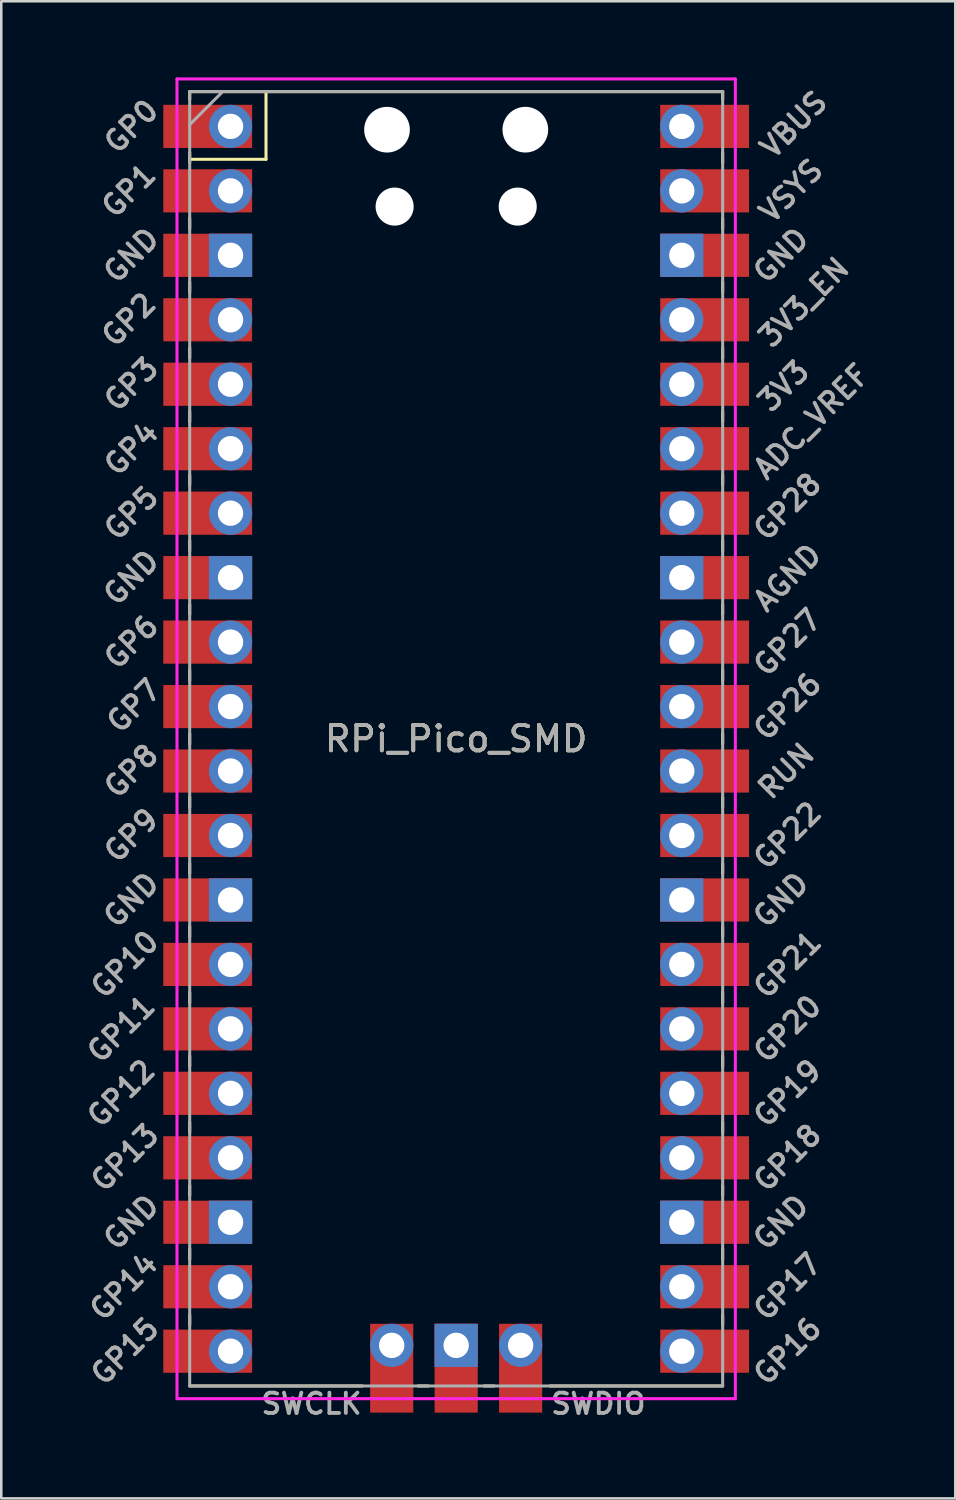
<source format=kicad_pcb>
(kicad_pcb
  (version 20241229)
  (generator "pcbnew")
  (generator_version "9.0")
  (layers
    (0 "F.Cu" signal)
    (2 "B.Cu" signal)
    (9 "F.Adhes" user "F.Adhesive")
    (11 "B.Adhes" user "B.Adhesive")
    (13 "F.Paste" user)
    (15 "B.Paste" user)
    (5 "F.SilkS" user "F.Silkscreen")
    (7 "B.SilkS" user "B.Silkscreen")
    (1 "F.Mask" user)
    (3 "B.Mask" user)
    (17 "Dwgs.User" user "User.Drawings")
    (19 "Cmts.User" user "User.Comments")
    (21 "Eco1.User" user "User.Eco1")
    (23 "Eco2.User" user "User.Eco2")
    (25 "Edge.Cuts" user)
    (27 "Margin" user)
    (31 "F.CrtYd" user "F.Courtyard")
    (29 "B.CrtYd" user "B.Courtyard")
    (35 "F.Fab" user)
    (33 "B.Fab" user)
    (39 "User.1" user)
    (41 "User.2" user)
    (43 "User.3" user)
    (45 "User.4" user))
  (footprint "RPi_Pico_SMD"
    (layer "F.Cu")
    (at 14.924 26.06)
    (property "Reference" "RPi_Pico_SMD" (at 0 0 0) (layer "F.SilkS") (effects (font (size 1 1) (thickness 0.15))))
    (attr through_hole)
    (fp_line (start -10.5 -25.5) (end -10.5 -25.2) (stroke (width 0.12) (type solid)) (layer "F.SilkS"))
    (fp_line (start -10.5 -25.5) (end 10.5 -25.5) (stroke (width 0.12) (type solid)) (layer "F.SilkS"))
    (fp_line (start -10.5 -23.1) (end -10.5 -22.7) (stroke (width 0.12) (type solid)) (layer "F.SilkS"))
    (fp_line (start -10.5 -22.833) (end -7.493 -22.833) (stroke (width 0.12) (type solid)) (layer "F.SilkS"))
    (fp_line (start -10.5 -20.5) (end -10.5 -20.1) (stroke (width 0.12) (type solid)) (layer "F.SilkS"))
    (fp_line (start -10.5 -18) (end -10.5 -17.6) (stroke (width 0.12) (type solid)) (layer "F.SilkS"))
    (fp_line (start -10.5 -15.4) (end -10.5 -15) (stroke (width 0.12) (type solid)) (layer "F.SilkS"))
    (fp_line (start -10.5 -12.9) (end -10.5 -12.5) (stroke (width 0.12) (type solid)) (layer "F.SilkS"))
    (fp_line (start -10.5 -10.4) (end -10.5 -10) (stroke (width 0.12) (type solid)) (layer "F.SilkS"))
    (fp_line (start -10.5 -7.8) (end -10.5 -7.4) (stroke (width 0.12) (type solid)) (layer "F.SilkS"))
    (fp_line (start -10.5 -5.3) (end -10.5 -4.9) (stroke (width 0.12) (type solid)) (layer "F.SilkS"))
    (fp_line (start -10.5 -2.7) (end -10.5 -2.3) (stroke (width 0.12) (type solid)) (layer "F.SilkS"))
    (fp_line (start -10.5 -0.2) (end -10.5 0.2) (stroke (width 0.12) (type solid)) (layer "F.SilkS"))
    (fp_line (start -10.5 2.3) (end -10.5 2.7) (stroke (width 0.12) (type solid)) (layer "F.SilkS"))
    (fp_line (start -10.5 4.9) (end -10.5 5.3) (stroke (width 0.12) (type solid)) (layer "F.SilkS"))
    (fp_line (start -10.5 7.4) (end -10.5 7.8) (stroke (width 0.12) (type solid)) (layer "F.SilkS"))
    (fp_line (start -10.5 10) (end -10.5 10.4) (stroke (width 0.12) (type solid)) (layer "F.SilkS"))
    (fp_line (start -10.5 12.5) (end -10.5 12.9) (stroke (width 0.12) (type solid)) (layer "F.SilkS"))
    (fp_line (start -10.5 15.1) (end -10.5 15.5) (stroke (width 0.12) (type solid)) (layer "F.SilkS"))
    (fp_line (start -10.5 17.6) (end -10.5 18) (stroke (width 0.12) (type solid)) (layer "F.SilkS"))
    (fp_line (start -10.5 20.1) (end -10.5 20.5) (stroke (width 0.12) (type solid)) (layer "F.SilkS"))
    (fp_line (start -10.5 22.7) (end -10.5 23.1) (stroke (width 0.12) (type solid)) (layer "F.SilkS"))
    (fp_line (start -7.493 -22.833) (end -7.493 -25.5) (stroke (width 0.12) (type solid)) (layer "F.SilkS"))
    (fp_line (start -3.7 25.5) (end -10.5 25.5) (stroke (width 0.12) (type solid)) (layer "F.SilkS"))
    (fp_line (start -1.5 25.5) (end -1.1 25.5) (stroke (width 0.12) (type solid)) (layer "F.SilkS"))
    (fp_line (start 1.1 25.5) (end 1.5 25.5) (stroke (width 0.12) (type solid)) (layer "F.SilkS"))
    (fp_line (start 10.5 -25.5) (end 10.5 -25.2) (stroke (width 0.12) (type solid)) (layer "F.SilkS"))
    (fp_line (start 10.5 -23.1) (end 10.5 -22.7) (stroke (width 0.12) (type solid)) (layer "F.SilkS"))
    (fp_line (start 10.5 -20.5) (end 10.5 -20.1) (stroke (width 0.12) (type solid)) (layer "F.SilkS"))
    (fp_line (start 10.5 -18) (end 10.5 -17.6) (stroke (width 0.12) (type solid)) (layer "F.SilkS"))
    (fp_line (start 10.5 -15.4) (end 10.5 -15) (stroke (width 0.12) (type solid)) (layer "F.SilkS"))
    (fp_line (start 10.5 -12.9) (end 10.5 -12.5) (stroke (width 0.12) (type solid)) (layer "F.SilkS"))
    (fp_line (start 10.5 -10.4) (end 10.5 -10) (stroke (width 0.12) (type solid)) (layer "F.SilkS"))
    (fp_line (start 10.5 -7.8) (end 10.5 -7.4) (stroke (width 0.12) (type solid)) (layer "F.SilkS"))
    (fp_line (start 10.5 -5.3) (end 10.5 -4.9) (stroke (width 0.12) (type solid)) (layer "F.SilkS"))
    (fp_line (start 10.5 -2.7) (end 10.5 -2.3) (stroke (width 0.12) (type solid)) (layer "F.SilkS"))
    (fp_line (start 10.5 -0.2) (end 10.5 0.2) (stroke (width 0.12) (type solid)) (layer "F.SilkS"))
    (fp_line (start 10.5 2.3) (end 10.5 2.7) (stroke (width 0.12) (type solid)) (layer "F.SilkS"))
    (fp_line (start 10.5 4.9) (end 10.5 5.3) (stroke (width 0.12) (type solid)) (layer "F.SilkS"))
    (fp_line (start 10.5 7.4) (end 10.5 7.8) (stroke (width 0.12) (type solid)) (layer "F.SilkS"))
    (fp_line (start 10.5 10) (end 10.5 10.4) (stroke (width 0.12) (type solid)) (layer "F.SilkS"))
    (fp_line (start 10.5 12.5) (end 10.5 12.9) (stroke (width 0.12) (type solid)) (layer "F.SilkS"))
    (fp_line (start 10.5 15.1) (end 10.5 15.5) (stroke (width 0.12) (type solid)) (layer "F.SilkS"))
    (fp_line (start 10.5 17.6) (end 10.5 18) (stroke (width 0.12) (type solid)) (layer "F.SilkS"))
    (fp_line (start 10.5 20.1) (end 10.5 20.5) (stroke (width 0.12) (type solid)) (layer "F.SilkS"))
    (fp_line (start 10.5 22.7) (end 10.5 23.1) (stroke (width 0.12) (type solid)) (layer "F.SilkS"))
    (fp_line (start 10.5 25.5) (end 3.7 25.5) (stroke (width 0.12) (type solid)) (layer "F.SilkS"))
    (fp_line (start -11 -26) (end 11 -26) (stroke (width 0.12) (type solid)) (layer "F.CrtYd"))
    (fp_line (start -11 26) (end -11 -26) (stroke (width 0.12) (type solid)) (layer "F.CrtYd"))
    (fp_line (start 11 -26) (end 11 26) (stroke (width 0.12) (type solid)) (layer "F.CrtYd"))
    (fp_line (start 11 26) (end -11 26) (stroke (width 0.12) (type solid)) (layer "F.CrtYd"))
    (fp_line (start -10.5 -25.5) (end 10.5 -25.5) (stroke (width 0.12) (type solid)) (layer "F.Fab"))
    (fp_line (start -10.5 -24.2) (end -9.2 -25.5) (stroke (width 0.12) (type solid)) (layer "F.Fab"))
    (fp_line (start -10.5 25.5) (end -10.5 -25.5) (stroke (width 0.12) (type solid)) (layer "F.Fab"))
    (fp_line (start 10.5 -25.5) (end 10.5 25.5) (stroke (width 0.12) (type solid)) (layer "F.Fab"))
    (fp_line (start 10.5 25.5) (end -10.5 25.5) (stroke (width 0.12) (type solid)) (layer "F.Fab"))
    (fp_text user "GP0" (at -12.8 -24.13 45) (layer "F.Fab") (effects (font (size 0.8 0.8) (thickness 0.15))))
    (fp_text user "GP7" (at -12.7 -1.3 45) (layer "F.Fab") (effects (font (size 0.8 0.8) (thickness 0.15))))
    (fp_text user "GP12" (at -13.2 13.97 45) (layer "F.Fab") (effects (font (size 0.8 0.8) (thickness 0.15))))
    (fp_text user "GP19" (at 13.054 13.97 45) (layer "F.Fab") (effects (font (size 0.8 0.8) (thickness 0.15))))
    (fp_text user "GND" (at 12.8 19.05 45) (layer "F.Fab") (effects (font (size 0.8 0.8) (thickness 0.15))))
    (fp_text user "AGND" (at 13.054 -6.35 45) (layer "F.Fab") (effects (font (size 0.8 0.8) (thickness 0.15))))
    (fp_text user "GND" (at -12.8 19.05 45) (layer "F.Fab") (effects (font (size 0.8 0.8) (thickness 0.15))))
    (fp_text user "SWCLK" (at -5.7 26.2 0) (layer "F.Fab") (effects (font (size 0.8 0.8) (thickness 0.15))))
    (fp_text user "GP20" (at 13.054 11.43 45) (layer "F.Fab") (effects (font (size 0.8 0.8) (thickness 0.15))))
    (fp_text user "GP22" (at 13.054 3.81 45) (layer "F.Fab") (effects (font (size 0.8 0.8) (thickness 0.15))))
    (fp_text user "ADC_VREF" (at 14 -12.5 45) (layer "F.Fab") (effects (font (size 0.8 0.8) (thickness 0.15))))
    (fp_text user "GND" (at -12.8 -6.35 45) (layer "F.Fab") (effects (font (size 0.8 0.8) (thickness 0.15))))
    (fp_text user "GP28" (at 13.054 -9.144 45) (layer "F.Fab") (effects (font (size 0.8 0.8) (thickness 0.15))))
    (fp_text user "GP10" (at -13.054 8.89 45) (layer "F.Fab") (effects (font (size 0.8 0.8) (thickness 0.15))))
    (fp_text user "GND" (at 12.8 6.35 45) (layer "F.Fab") (effects (font (size 0.8 0.8) (thickness 0.15))))
    (fp_text user "VSYS" (at 13.2 -21.59 45) (layer "F.Fab") (effects (font (size 0.8 0.8) (thickness 0.15))))
    (fp_text user "GP2" (at -12.9 -16.51 45) (layer "F.Fab") (effects (font (size 0.8 0.8) (thickness 0.15))))
    (fp_text user "GP8" (at -12.8 1.27 45) (layer "F.Fab") (effects (font (size 0.8 0.8) (thickness 0.15))))
    (fp_text user "GP1" (at -12.9 -21.6 45) (layer "F.Fab") (effects (font (size 0.8 0.8) (thickness 0.15))))
    (fp_text user "GP26" (at 13.054 -1.27 45) (layer "F.Fab") (effects (font (size 0.8 0.8) (thickness 0.15))))
    (fp_text user "GP16" (at 13.054 24.13 45) (layer "F.Fab") (effects (font (size 0.8 0.8) (thickness 0.15))))
    (fp_text user "GP18" (at 13.054 16.51 45) (layer "F.Fab") (effects (font (size 0.8 0.8) (thickness 0.15))))
    (fp_text user "GP3" (at -12.8 -13.97 45) (layer "F.Fab") (effects (font (size 0.8 0.8) (thickness 0.15))))
    (fp_text user "${REFERENCE}" (at 0 0 180) (layer "F.Fab") (effects (font (size 1 1) (thickness 0.15))))
    (fp_text user "RUN" (at 13 1.27 45) (layer "F.Fab") (effects (font (size 0.8 0.8) (thickness 0.15))))
    (fp_text user "GP6" (at -12.8 -3.81 45) (layer "F.Fab") (effects (font (size 0.8 0.8) (thickness 0.15))))
    (fp_text user "3V3_EN" (at 13.7 -17.2 45) (layer "F.Fab") (effects (font (size 0.8 0.8) (thickness 0.15))))
    (fp_text user "GP21" (at 13.054 8.9 45) (layer "F.Fab") (effects (font (size 0.8 0.8) (thickness 0.15))))
    (fp_text user "GP13" (at -13.054 16.51 45) (layer "F.Fab") (effects (font (size 0.8 0.8) (thickness 0.15))))
    (fp_text user "GND" (at -12.8 6.35 45) (layer "F.Fab") (effects (font (size 0.8 0.8) (thickness 0.15))))
    (fp_text user "GP14" (at -13.1 21.59 45) (layer "F.Fab") (effects (font (size 0.8 0.8) (thickness 0.15))))
    (fp_text user "VBUS" (at 13.3 -24.2 45) (layer "F.Fab") (effects (font (size 0.8 0.8) (thickness 0.15))))
    (fp_text user "GND" (at 12.8 -19.05 45) (layer "F.Fab") (effects (font (size 0.8 0.8) (thickness 0.15))))
    (fp_text user "GP5" (at -12.8 -8.89 45) (layer "F.Fab") (effects (font (size 0.8 0.8) (thickness 0.15))))
    (fp_text user "GP27" (at 13.054 -3.8 45) (layer "F.Fab") (effects (font (size 0.8 0.8) (thickness 0.15))))
    (fp_text user "GP15" (at -13.054 24.13 45) (layer "F.Fab") (effects (font (size 0.8 0.8) (thickness 0.15))))
    (fp_text user "SWDIO" (at 5.6 26.2 0) (layer "F.Fab") (effects (font (size 0.8 0.8) (thickness 0.15))))
    (fp_text user "GP11" (at -13.2 11.43 45) (layer "F.Fab") (effects (font (size 0.8 0.8) (thickness 0.15))))
    (fp_text user "GP4" (at -12.8 -11.43 45) (layer "F.Fab") (effects (font (size 0.8 0.8) (thickness 0.15))))
    (fp_text user "GND" (at -12.8 -19.05 45) (layer "F.Fab") (effects (font (size 0.8 0.8) (thickness 0.15))))
    (fp_text user "GP9" (at -12.8 3.81 45) (layer "F.Fab") (effects (font (size 0.8 0.8) (thickness 0.15))))
    (fp_text user "3V3" (at 12.9 -13.9 45) (layer "F.Fab") (effects (font (size 0.8 0.8) (thickness 0.15))))
    (fp_text user "GP17" (at 13.054 21.59 45) (layer "F.Fab") (effects (font (size 0.8 0.8) (thickness 0.15))))
    (pad "" np_thru_hole oval (at -2.725 -24) (size 1.8 1.8) (drill 1.8) (layers "*.Cu" "*.Mask"))
    (pad "" np_thru_hole oval (at -2.425 -20.97) (size 1.5 1.5) (drill 1.5) (layers "*.Cu" "*.Mask"))
    (pad "" np_thru_hole oval (at 2.425 -20.97) (size 1.5 1.5) (drill 1.5) (layers "*.Cu" "*.Mask"))
    (pad "" np_thru_hole oval (at 2.725 -24) (size 1.8 1.8) (drill 1.8) (layers "*.Cu" "*.Mask"))
    (pad "1" thru_hole oval (at -8.89 -24.13) (size 1.7 1.7) (drill 1) (layers "*.Cu" "*.Mask"))
    (pad "1" smd rect (at -8.89 -24.13) (size 3.5 1.7) (drill (offset -0.9 0)) (layers "F.Cu" "F.Mask"))
    (pad "2" thru_hole oval (at -8.89 -21.59) (size 1.7 1.7) (drill 1) (layers "*.Cu" "*.Mask"))
    (pad "2" smd rect (at -8.89 -21.59) (size 3.5 1.7) (drill (offset -0.9 0)) (layers "F.Cu" "F.Mask"))
    (pad "3" thru_hole rect (at -8.89 -19.05) (size 1.7 1.7) (drill 1) (layers "*.Cu" "*.Mask"))
    (pad "3" smd rect (at -8.89 -19.05) (size 3.5 1.7) (drill (offset -0.9 0)) (layers "F.Cu" "F.Mask"))
    (pad "4" thru_hole oval (at -8.89 -16.51) (size 1.7 1.7) (drill 1) (layers "*.Cu" "*.Mask"))
    (pad "4" smd rect (at -8.89 -16.51) (size 3.5 1.7) (drill (offset -0.9 0)) (layers "F.Cu" "F.Mask"))
    (pad "5" thru_hole oval (at -8.89 -13.97) (size 1.7 1.7) (drill 1) (layers "*.Cu" "*.Mask"))
    (pad "5" smd rect (at -8.89 -13.97) (size 3.5 1.7) (drill (offset -0.9 0)) (layers "F.Cu" "F.Mask"))
    (pad "6" thru_hole oval (at -8.89 -11.43) (size 1.7 1.7) (drill 1) (layers "*.Cu" "*.Mask"))
    (pad "6" smd rect (at -8.89 -11.43) (size 3.5 1.7) (drill (offset -0.9 0)) (layers "F.Cu" "F.Mask"))
    (pad "7" thru_hole oval (at -8.89 -8.89) (size 1.7 1.7) (drill 1) (layers "*.Cu" "*.Mask"))
    (pad "7" smd rect (at -8.89 -8.89) (size 3.5 1.7) (drill (offset -0.9 0)) (layers "F.Cu" "F.Mask"))
    (pad "8" thru_hole rect (at -8.89 -6.35) (size 1.7 1.7) (drill 1) (layers "*.Cu" "*.Mask"))
    (pad "8" smd rect (at -8.89 -6.35) (size 3.5 1.7) (drill (offset -0.9 0)) (layers "F.Cu" "F.Mask"))
    (pad "9" thru_hole oval (at -8.89 -3.81) (size 1.7 1.7) (drill 1) (layers "*.Cu" "*.Mask"))
    (pad "9" smd rect (at -8.89 -3.81) (size 3.5 1.7) (drill (offset -0.9 0)) (layers "F.Cu" "F.Mask"))
    (pad "10" thru_hole oval (at -8.89 -1.27) (size 1.7 1.7) (drill 1) (layers "*.Cu" "*.Mask"))
    (pad "10" smd rect (at -8.89 -1.27) (size 3.5 1.7) (drill (offset -0.9 0)) (layers "F.Cu" "F.Mask"))
    (pad "11" thru_hole oval (at -8.89 1.27) (size 1.7 1.7) (drill 1) (layers "*.Cu" "*.Mask"))
    (pad "11" smd rect (at -8.89 1.27) (size 3.5 1.7) (drill (offset -0.9 0)) (layers "F.Cu" "F.Mask"))
    (pad "12" thru_hole oval (at -8.89 3.81) (size 1.7 1.7) (drill 1) (layers "*.Cu" "*.Mask"))
    (pad "12" smd rect (at -8.89 3.81) (size 3.5 1.7) (drill (offset -0.9 0)) (layers "F.Cu" "F.Mask"))
    (pad "13" thru_hole rect (at -8.89 6.35) (size 1.7 1.7) (drill 1) (layers "*.Cu" "*.Mask"))
    (pad "13" smd rect (at -8.89 6.35) (size 3.5 1.7) (drill (offset -0.9 0)) (layers "F.Cu" "F.Mask"))
    (pad "14" thru_hole oval (at -8.89 8.89) (size 1.7 1.7) (drill 1) (layers "*.Cu" "*.Mask"))
    (pad "14" smd rect (at -8.89 8.89) (size 3.5 1.7) (drill (offset -0.9 0)) (layers "F.Cu" "F.Mask"))
    (pad "15" thru_hole oval (at -8.89 11.43) (size 1.7 1.7) (drill 1) (layers "*.Cu" "*.Mask"))
    (pad "15" smd rect (at -8.89 11.43) (size 3.5 1.7) (drill (offset -0.9 0)) (layers "F.Cu" "F.Mask"))
    (pad "16" thru_hole oval (at -8.89 13.97) (size 1.7 1.7) (drill 1) (layers "*.Cu" "*.Mask"))
    (pad "16" smd rect (at -8.89 13.97) (size 3.5 1.7) (drill (offset -0.9 0)) (layers "F.Cu" "F.Mask"))
    (pad "17" thru_hole oval (at -8.89 16.51) (size 1.7 1.7) (drill 1) (layers "*.Cu" "*.Mask"))
    (pad "17" smd rect (at -8.89 16.51) (size 3.5 1.7) (drill (offset -0.9 0)) (layers "F.Cu" "F.Mask"))
    (pad "18" thru_hole rect (at -8.89 19.05) (size 1.7 1.7) (drill 1) (layers "*.Cu" "*.Mask"))
    (pad "18" smd rect (at -8.89 19.05) (size 3.5 1.7) (drill (offset -0.9 0)) (layers "F.Cu" "F.Mask"))
    (pad "19" thru_hole oval (at -8.89 21.59) (size 1.7 1.7) (drill 1) (layers "*.Cu" "*.Mask"))
    (pad "19" smd rect (at -8.89 21.59) (size 3.5 1.7) (drill (offset -0.9 0)) (layers "F.Cu" "F.Mask"))
    (pad "20" thru_hole oval (at -8.89 24.13) (size 1.7 1.7) (drill 1) (layers "*.Cu" "*.Mask"))
    (pad "20" smd rect (at -8.89 24.13) (size 3.5 1.7) (drill (offset -0.9 0)) (layers "F.Cu" "F.Mask"))
    (pad "21" thru_hole oval (at 8.89 24.13) (size 1.7 1.7) (drill 1) (layers "*.Cu" "*.Mask"))
    (pad "21" smd rect (at 8.89 24.13) (size 3.5 1.7) (drill (offset 0.9 0)) (layers "F.Cu" "F.Mask"))
    (pad "22" thru_hole oval (at 8.89 21.59) (size 1.7 1.7) (drill 1) (layers "*.Cu" "*.Mask"))
    (pad "22" smd rect (at 8.89 21.59) (size 3.5 1.7) (drill (offset 0.9 0)) (layers "F.Cu" "F.Mask"))
    (pad "23" thru_hole rect (at 8.89 19.05) (size 1.7 1.7) (drill 1) (layers "*.Cu" "*.Mask"))
    (pad "23" smd rect (at 8.89 19.05) (size 3.5 1.7) (drill (offset 0.9 0)) (layers "F.Cu" "F.Mask"))
    (pad "24" thru_hole oval (at 8.89 16.51) (size 1.7 1.7) (drill 1) (layers "*.Cu" "*.Mask"))
    (pad "24" smd rect (at 8.89 16.51) (size 3.5 1.7) (drill (offset 0.9 0)) (layers "F.Cu" "F.Mask"))
    (pad "25" thru_hole oval (at 8.89 13.97) (size 1.7 1.7) (drill 1) (layers "*.Cu" "*.Mask"))
    (pad "25" smd rect (at 8.89 13.97) (size 3.5 1.7) (drill (offset 0.9 0)) (layers "F.Cu" "F.Mask"))
    (pad "26" thru_hole oval (at 8.89 11.43) (size 1.7 1.7) (drill 1) (layers "*.Cu" "*.Mask"))
    (pad "26" smd rect (at 8.89 11.43) (size 3.5 1.7) (drill (offset 0.9 0)) (layers "F.Cu" "F.Mask"))
    (pad "27" thru_hole oval (at 8.89 8.89) (size 1.7 1.7) (drill 1) (layers "*.Cu" "*.Mask"))
    (pad "27" smd rect (at 8.89 8.89) (size 3.5 1.7) (drill (offset 0.9 0)) (layers "F.Cu" "F.Mask"))
    (pad "28" thru_hole rect (at 8.89 6.35) (size 1.7 1.7) (drill 1) (layers "*.Cu" "*.Mask"))
    (pad "28" smd rect (at 8.89 6.35) (size 3.5 1.7) (drill (offset 0.9 0)) (layers "F.Cu" "F.Mask"))
    (pad "29" thru_hole oval (at 8.89 3.81) (size 1.7 1.7) (drill 1) (layers "*.Cu" "*.Mask"))
    (pad "29" smd rect (at 8.89 3.81) (size 3.5 1.7) (drill (offset 0.9 0)) (layers "F.Cu" "F.Mask"))
    (pad "30" thru_hole oval (at 8.89 1.27) (size 1.7 1.7) (drill 1) (layers "*.Cu" "*.Mask"))
    (pad "30" smd rect (at 8.89 1.27) (size 3.5 1.7) (drill (offset 0.9 0)) (layers "F.Cu" "F.Mask"))
    (pad "31" thru_hole oval (at 8.89 -1.27) (size 1.7 1.7) (drill 1) (layers "*.Cu" "*.Mask"))
    (pad "31" smd rect (at 8.89 -1.27) (size 3.5 1.7) (drill (offset 0.9 0)) (layers "F.Cu" "F.Mask"))
    (pad "32" thru_hole oval (at 8.89 -3.81) (size 1.7 1.7) (drill 1) (layers "*.Cu" "*.Mask"))
    (pad "32" smd rect (at 8.89 -3.81) (size 3.5 1.7) (drill (offset 0.9 0)) (layers "F.Cu" "F.Mask"))
    (pad "33" thru_hole rect (at 8.89 -6.35) (size 1.7 1.7) (drill 1) (layers "*.Cu" "*.Mask"))
    (pad "33" smd rect (at 8.89 -6.35) (size 3.5 1.7) (drill (offset 0.9 0)) (layers "F.Cu" "F.Mask"))
    (pad "34" thru_hole oval (at 8.89 -8.89) (size 1.7 1.7) (drill 1) (layers "*.Cu" "*.Mask"))
    (pad "34" smd rect (at 8.89 -8.89) (size 3.5 1.7) (drill (offset 0.9 0)) (layers "F.Cu" "F.Mask"))
    (pad "35" thru_hole oval (at 8.89 -11.43) (size 1.7 1.7) (drill 1) (layers "*.Cu" "*.Mask"))
    (pad "35" smd rect (at 8.89 -11.43) (size 3.5 1.7) (drill (offset 0.9 0)) (layers "F.Cu" "F.Mask"))
    (pad "36" thru_hole oval (at 8.89 -13.97) (size 1.7 1.7) (drill 1) (layers "*.Cu" "*.Mask"))
    (pad "36" smd rect (at 8.89 -13.97) (size 3.5 1.7) (drill (offset 0.9 0)) (layers "F.Cu" "F.Mask"))
    (pad "37" thru_hole oval (at 8.89 -16.51) (size 1.7 1.7) (drill 1) (layers "*.Cu" "*.Mask"))
    (pad "37" smd rect (at 8.89 -16.51) (size 3.5 1.7) (drill (offset 0.9 0)) (layers "F.Cu" "F.Mask"))
    (pad "38" thru_hole rect (at 8.89 -19.05) (size 1.7 1.7) (drill 1) (layers "*.Cu" "*.Mask"))
    (pad "38" smd rect (at 8.89 -19.05) (size 3.5 1.7) (drill (offset 0.9 0)) (layers "F.Cu" "F.Mask"))
    (pad "39" thru_hole oval (at 8.89 -21.59) (size 1.7 1.7) (drill 1) (layers "*.Cu" "*.Mask"))
    (pad "39" smd rect (at 8.89 -21.59) (size 3.5 1.7) (drill (offset 0.9 0)) (layers "F.Cu" "F.Mask"))
    (pad "40" thru_hole oval (at 8.89 -24.13) (size 1.7 1.7) (drill 1) (layers "*.Cu" "*.Mask"))
    (pad "40" smd rect (at 8.89 -24.13) (size 3.5 1.7) (drill (offset 0.9 0)) (layers "F.Cu" "F.Mask"))
    (pad "41" thru_hole oval (at -2.54 23.9) (size 1.7 1.7) (drill 1) (layers "*.Cu" "*.Mask"))
    (pad "41" smd rect (at -2.54 23.9 90) (size 3.5 1.7) (drill (offset -0.9 0)) (layers "F.Cu" "F.Mask"))
    (pad "42" thru_hole rect (at 0 23.9) (size 1.7 1.7) (drill 1) (layers "*.Cu" "*.Mask"))
    (pad "42" smd rect (at 0 23.9 90) (size 3.5 1.7) (drill (offset -0.9 0)) (layers "F.Cu" "F.Mask"))
    (pad "43" thru_hole oval (at 2.54 23.9) (size 1.7 1.7) (drill 1) (layers "*.Cu" "*.Mask"))
    (pad "43" smd rect (at 2.54 23.9 90) (size 3.5 1.7) (drill (offset -0.9 0)) (layers "F.Cu" "F.Mask"))
    (zone (net_name "") (layer "F.Cu") (hatch edge 0.508) (connect_pads) (min_thickness 0.254) (filled_areas_thickness no) (keepout (tracks not_allowed) (vias not_allowed) (pads allowed) (copperpour not_allowed) (footprints allowed)) (placement (enabled no)) (fill) (polygon (pts (xy 13.474 9.61) (xy 11.374 9.61) (xy 11.374 7.51) (xy 13.474 7.51))))
    (zone (net_name "") (layer "F.Cu") (hatch edge 0.508) (connect_pads) (min_thickness 0.254) (filled_areas_thickness no) (keepout (tracks not_allowed) (vias not_allowed) (pads allowed) (copperpour not_allowed) (footprints allowed)) (placement (enabled no)) (fill) (polygon (pts (xy 13.474 12.11) (xy 11.374 12.11) (xy 11.374 10.01) (xy 13.474 10.01))))
    (zone (net_name "") (layer "F.Cu") (hatch edge 0.508) (connect_pads) (min_thickness 0.254) (filled_areas_thickness no) (keepout (tracks not_allowed) (vias not_allowed) (pads allowed) (copperpour not_allowed) (footprints allowed)) (placement (enabled no)) (fill) (polygon (pts (xy 13.474 14.61) (xy 11.374 14.61) (xy 11.374 12.51) (xy 13.474 12.51))))
    (zone (net_name "") (layer "F.Cu") (hatch edge 0.508) (connect_pads) (min_thickness 0.254) (filled_areas_thickness no) (keepout (tracks not_allowed) (vias not_allowed) (pads allowed) (copperpour not_allowed) (footprints allowed)) (placement (enabled no)) (fill) (polygon (pts (xy 18.674 5.91) (xy 11.174 5.91) (xy 11.174 1.11) (xy 18.674 1.11)))))
  (gr_rect
    (start -3 -3)
    (end 34.591 55.991)
    (stroke (width 0.1) (type default))
    (fill no)
    (layer "Edge.Cuts")))
</source>
